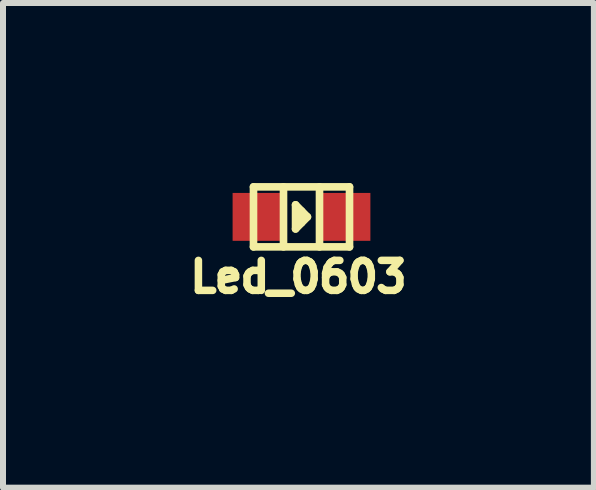
<source format=kicad_pcb>
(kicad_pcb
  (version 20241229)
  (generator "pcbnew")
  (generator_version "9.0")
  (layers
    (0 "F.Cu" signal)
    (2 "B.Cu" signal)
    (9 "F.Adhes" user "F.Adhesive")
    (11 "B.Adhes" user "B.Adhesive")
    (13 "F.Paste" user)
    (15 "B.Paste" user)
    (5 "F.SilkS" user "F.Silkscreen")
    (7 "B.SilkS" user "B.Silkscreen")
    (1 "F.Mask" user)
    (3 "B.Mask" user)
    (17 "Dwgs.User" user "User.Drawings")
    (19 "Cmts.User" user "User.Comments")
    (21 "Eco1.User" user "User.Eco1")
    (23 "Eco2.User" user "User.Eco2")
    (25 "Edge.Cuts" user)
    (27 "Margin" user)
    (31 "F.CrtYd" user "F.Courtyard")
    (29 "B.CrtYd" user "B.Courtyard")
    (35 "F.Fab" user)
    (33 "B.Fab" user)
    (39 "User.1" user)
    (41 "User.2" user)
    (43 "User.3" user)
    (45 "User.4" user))
  (footprint "Led_0603"
    (layer "F.Cu")
    (at 1.974 0.564)
    (property "Reference" "Led_0603" (at -0.051 1 0) (layer "F.SilkS") (effects (font (size 0.5 0.5) (thickness 0.125))))
    (attr through_hole)
    (fp_line (start -0.8 -0.5) (end 0.8 -0.5) (stroke (width 0.127) (type solid)) (layer "F.SilkS"))
    (fp_line (start -0.8 0.5) (end -0.8 -0.5) (stroke (width 0.127) (type solid)) (layer "F.SilkS"))
    (fp_line (start -0.3 -0.5) (end -0.3 0.5) (stroke (width 0.127) (type solid)) (layer "F.SilkS"))
    (fp_line (start -0.099 -0.201) (end -0.099 0.201) (stroke (width 0.127) (type solid)) (layer "F.SilkS"))
    (fp_line (start -0.099 0.201) (end 0.099 0) (stroke (width 0.127) (type solid)) (layer "F.SilkS"))
    (fp_line (start 0 0.099) (end 0 -0.099) (stroke (width 0.127) (type solid)) (layer "F.SilkS"))
    (fp_line (start 0.099 0) (end -0.099 -0.201) (stroke (width 0.127) (type solid)) (layer "F.SilkS"))
    (fp_line (start 0.3 0.5) (end 0.3 -0.5) (stroke (width 0.127) (type solid)) (layer "F.SilkS"))
    (fp_line (start 0.8 -0.5) (end 0.8 0.5) (stroke (width 0.127) (type solid)) (layer "F.SilkS"))
    (fp_line (start 0.8 0.5) (end -0.8 0.5) (stroke (width 0.127) (type solid)) (layer "F.SilkS"))
    (pad "1" smd rect (at -0.749 0) (size 0.798 0.798) (layers "F.Cu" "F.Mask" "F.Paste"))
    (pad "2" smd rect (at 0.749 0) (size 0.798 0.798) (layers "F.Cu" "F.Mask" "F.Paste")))
  (gr_rect
    (start -3 -3)
    (end 6.846 5.076)
    (stroke (width 0.1) (type default))
    (fill no)
    (layer "Edge.Cuts")))
</source>
